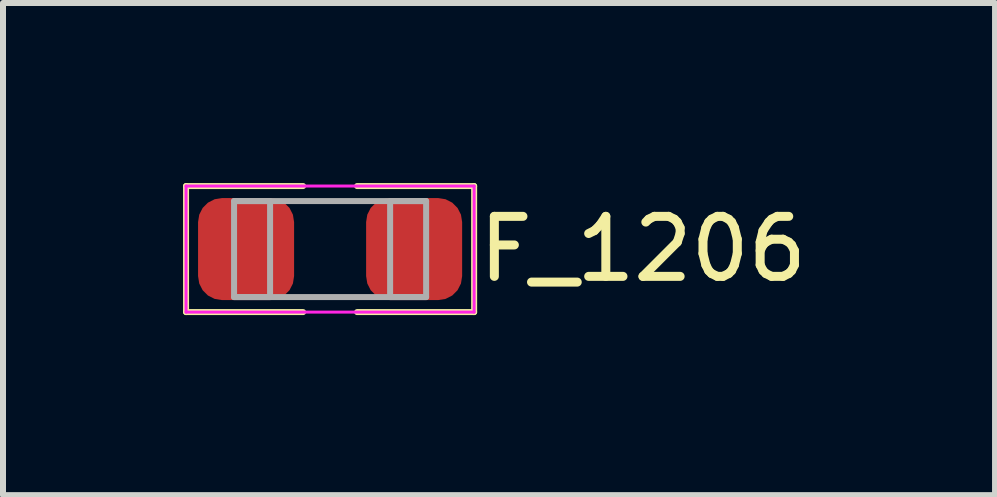
<source format=kicad_pcb>
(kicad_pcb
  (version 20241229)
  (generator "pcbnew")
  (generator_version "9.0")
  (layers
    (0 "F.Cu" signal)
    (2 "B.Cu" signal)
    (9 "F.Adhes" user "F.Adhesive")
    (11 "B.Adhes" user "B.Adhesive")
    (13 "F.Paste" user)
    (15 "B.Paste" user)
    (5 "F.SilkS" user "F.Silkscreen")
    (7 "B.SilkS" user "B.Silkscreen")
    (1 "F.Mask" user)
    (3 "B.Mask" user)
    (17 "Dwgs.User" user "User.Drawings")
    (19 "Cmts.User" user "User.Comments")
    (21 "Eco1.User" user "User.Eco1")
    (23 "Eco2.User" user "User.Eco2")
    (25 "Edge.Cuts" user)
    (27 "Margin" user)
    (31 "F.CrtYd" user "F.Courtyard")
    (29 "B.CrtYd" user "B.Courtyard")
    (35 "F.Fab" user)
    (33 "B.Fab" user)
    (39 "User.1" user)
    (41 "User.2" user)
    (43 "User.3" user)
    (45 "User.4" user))
  (footprint "F_1206"
    (layer "F.Cu")
    (at 2.45 1.1)
    (property "Reference" "F_1206" (at 2.4 0 0) (layer "F.SilkS") (effects (font (size 1 1) (thickness 0.15)) (justify left)))
    (attr smd)
    (fp_line (start -2.4 -1.05) (end -2.4 1.05) (stroke (width 0.1) (type solid)) (layer "F.SilkS"))
    (fp_line (start -2.4 1.05) (end -0.45 1.05) (stroke (width 0.1) (type solid)) (layer "F.SilkS"))
    (fp_line (start -0.45 -1.05) (end -2.4 -1.05) (stroke (width 0.1) (type solid)) (layer "F.SilkS"))
    (fp_line (start 0.45 1.05) (end 2.4 1.05) (stroke (width 0.1) (type solid)) (layer "F.SilkS"))
    (fp_line (start 2.4 -1.05) (end 0.45 -1.05) (stroke (width 0.1) (type solid)) (layer "F.SilkS"))
    (fp_line (start 2.4 1.05) (end 2.4 -1.05) (stroke (width 0.1) (type solid)) (layer "F.SilkS"))
    (fp_line (start -2.4 -1.05) (end 2.4 -1.05) (stroke (width 0.05) (type solid)) (layer "F.CrtYd"))
    (fp_line (start -2.4 1.05) (end -2.4 -1.05) (stroke (width 0.05) (type solid)) (layer "F.CrtYd"))
    (fp_line (start 2.4 -1.05) (end 2.4 1.05) (stroke (width 0.05) (type solid)) (layer "F.CrtYd"))
    (fp_line (start 2.4 1.05) (end -2.4 1.05) (stroke (width 0.05) (type solid)) (layer "F.CrtYd"))
    (fp_line (start -1.6 -0.8) (end 1.6 -0.8) (stroke (width 0.1) (type solid)) (layer "F.Fab"))
    (fp_line (start 1.6 0.8) (end -1.6 0.8) (stroke (width 0.1) (type solid)) (layer "F.Fab"))
    (fp_poly (pts (xy -1 0.8) (xy -1.6 0.8) (xy -1.6 -0.8) (xy -1 -0.8)) (stroke (width 0.1) (type solid)) (fill no) (layer "F.Fab"))
    (fp_poly (pts (xy 1.6 0.8) (xy 1 0.8) (xy 1 -0.8) (xy 1.6 -0.8)) (stroke (width 0.1) (type solid)) (fill no) (layer "F.Fab"))
    (pad "1" smd roundrect (at -1.4 0) (size 1.6 1.7) (layers "F.Cu" "F.Mask" "F.Paste") (roundrect_rratio 0.25))
    (pad "2" smd roundrect (at 1.4 0) (size 1.6 1.7) (layers "F.Cu" "F.Mask" "F.Paste") (roundrect_rratio 0.25)))
  (gr_rect
    (start -3 -3)
    (end 13.529 5.2)
    (stroke (width 0.1) (type default))
    (fill no)
    (layer "Edge.Cuts")))
</source>
